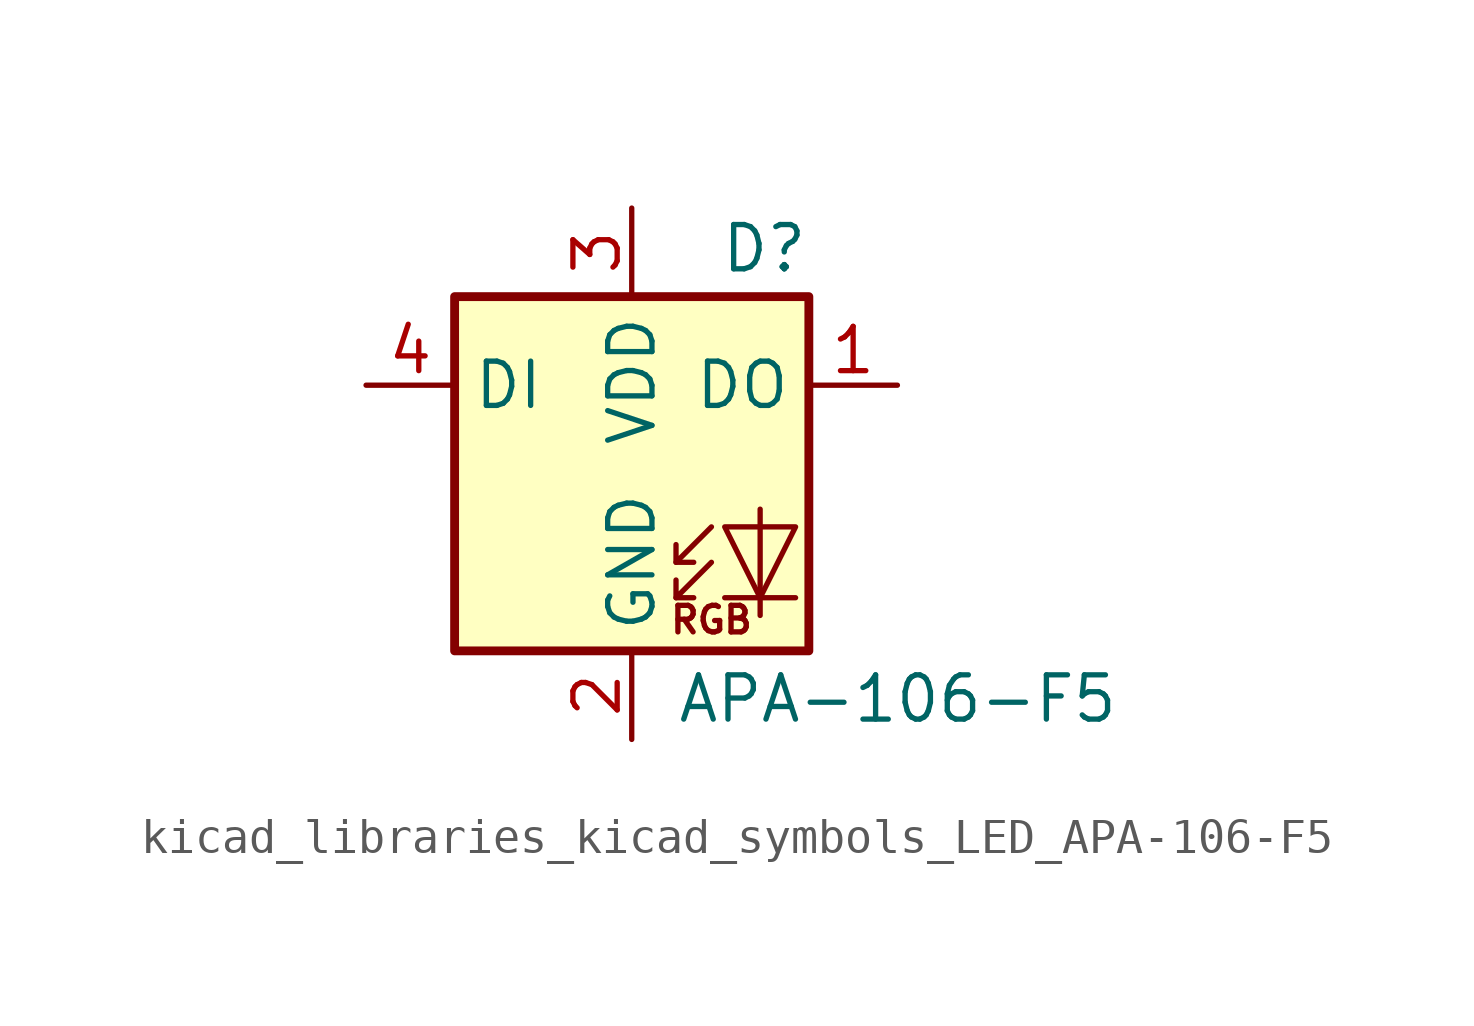
<source format=kicad_sym>
(kicad_symbol_lib
  (version 20220914)
  (generator kicad_symbol_editor)
  (symbol "kicad_libraries_kicad_symbols_LED_APA-106-F5"
    (property "Reference" "D"
      (at 5.08 5.715 0)
      (effects (font (size 1.27 1.27)) (justify right bottom)))
    (property "Value" "APA-106-F5"
      (at 1.27 -5.715 0)
      (effects (font (size 1.27 1.27)) (justify left top)))
    (symbol "kicad_libraries_kicad_symbols_LED_APA-106-F5_0_0"
      (text "RGB" (at 2.286 -4.191 0) (effects (font (size 0.762 0.762)))))
    (symbol "kicad_libraries_kicad_symbols_LED_APA-106-F5_0_1"
      (polyline (pts (xy 1.27 -3.556) (xy 1.778 -3.556)) (stroke (width 0) (type default)) (fill (type none)))
      (polyline (pts (xy 1.27 -2.54) (xy 1.778 -2.54)) (stroke (width 0) (type default)) (fill (type none)))
      (polyline (pts (xy 4.699 -3.556) (xy 2.667 -3.556)) (stroke (width 0) (type default)) (fill (type none)))
      (polyline (pts (xy 2.286 -2.54) (xy 1.27 -3.556) (xy 1.27 -3.048)) (stroke (width 0) (type default)) (fill (type none)))
      (polyline (pts (xy 2.286 -1.524) (xy 1.27 -2.54) (xy 1.27 -2.032)) (stroke (width 0) (type default)) (fill (type none)))
      (polyline (pts (xy 3.683 -1.016) (xy 3.683 -3.556) (xy 3.683 -4.064)) (stroke (width 0) (type default)) (fill (type none)))
      (polyline (pts (xy 4.699 -1.524) (xy 2.667 -1.524) (xy 3.683 -3.556) (xy 4.699 -1.524)) (stroke (width 0) (type default)) (fill (type none)))
      (rectangle (start 5.08 5.08) (end -5.08 -5.08) (stroke (width 0.254) (type default)) (fill (type background))))
    (symbol "kicad_libraries_kicad_symbols_LED_APA-106-F5_1_1"
      (pin output line (at 7.62 2.54 180) (length 2.54) (name "DO" (effects (font (size 1.27 1.27)))) (number "1" (effects (font (size 1.27 1.27)))))
      (pin power_in line (at 0 -7.62 90) (length 2.54) (name "GND" (effects (font (size 1.27 1.27)))) (number "2" (effects (font (size 1.27 1.27)))))
      (pin power_in line (at 0 7.62 270) (length 2.54) (name "VDD" (effects (font (size 1.27 1.27)))) (number "3" (effects (font (size 1.27 1.27)))))
      (pin input line (at -7.62 2.54 0) (length 2.54) (name "DI" (effects (font (size 1.27 1.27)))) (number "4" (effects (font (size 1.27 1.27))))))))
</source>
